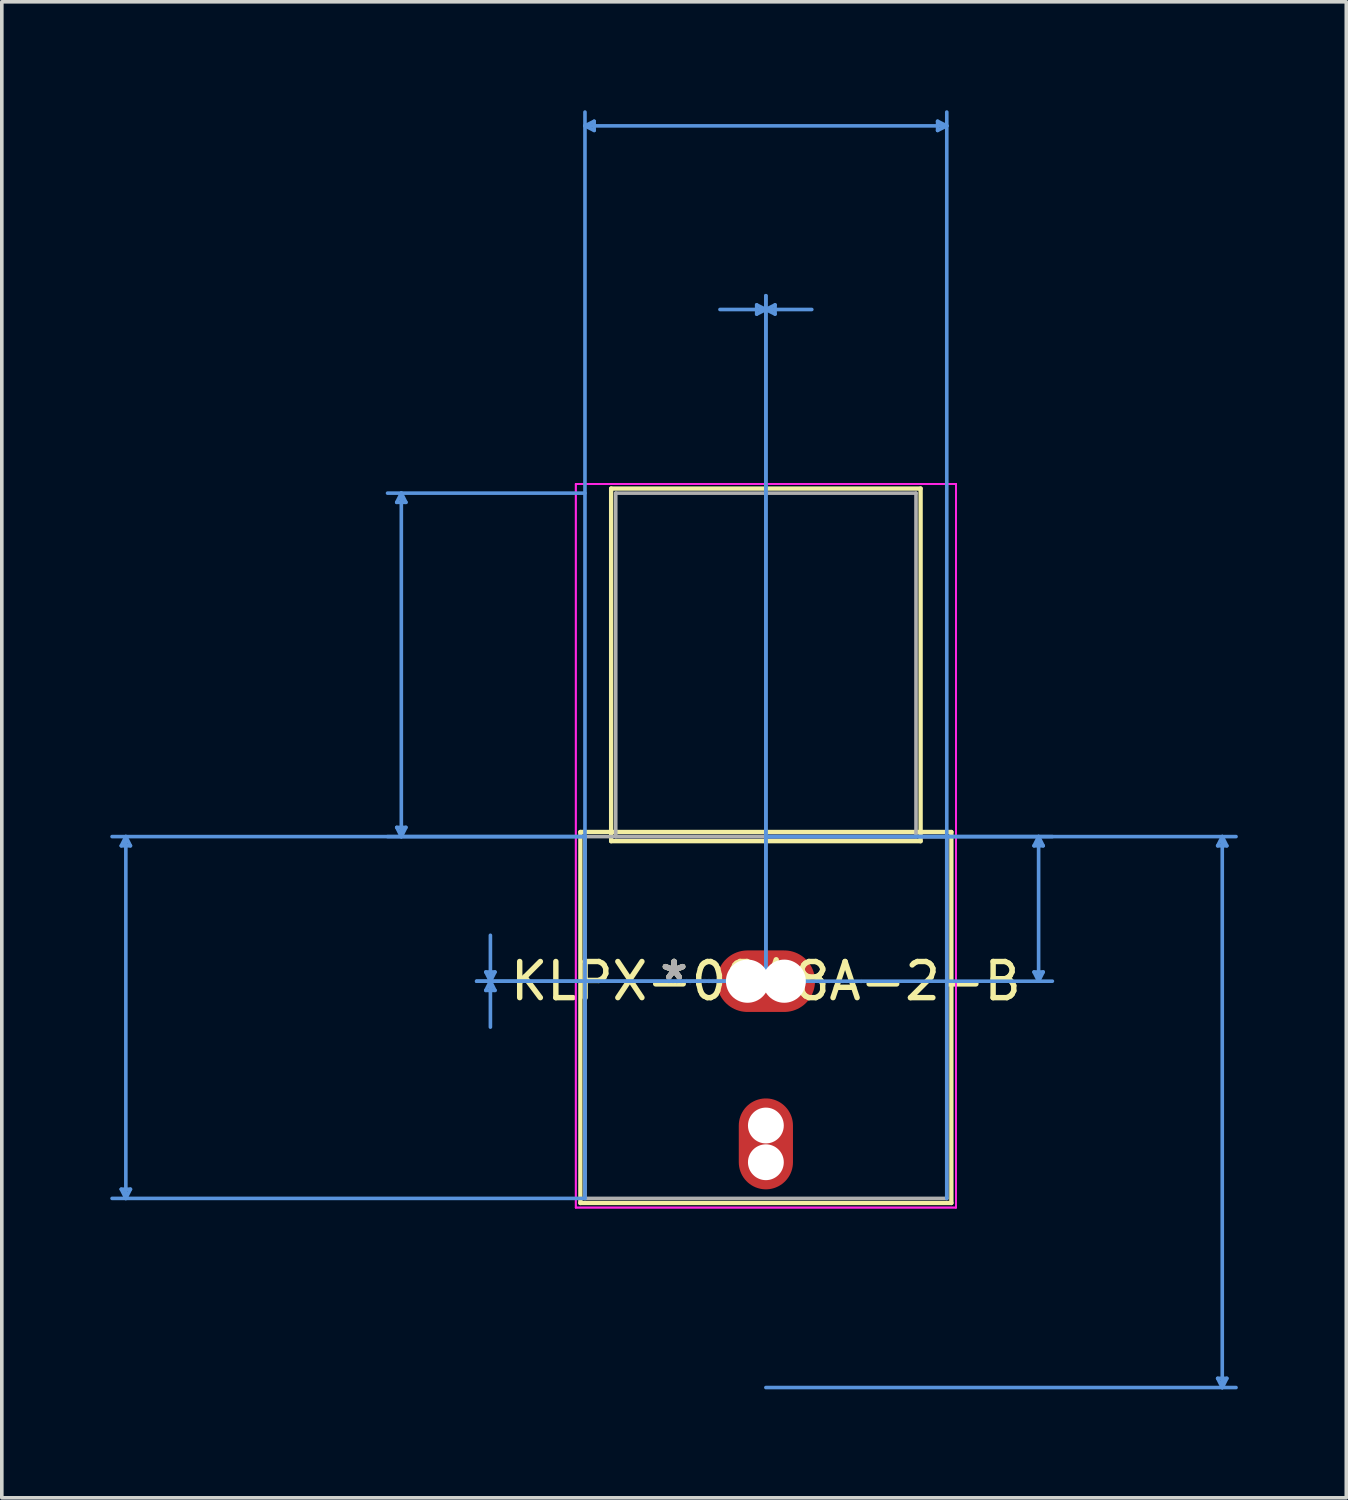
<source format=kicad_pcb>
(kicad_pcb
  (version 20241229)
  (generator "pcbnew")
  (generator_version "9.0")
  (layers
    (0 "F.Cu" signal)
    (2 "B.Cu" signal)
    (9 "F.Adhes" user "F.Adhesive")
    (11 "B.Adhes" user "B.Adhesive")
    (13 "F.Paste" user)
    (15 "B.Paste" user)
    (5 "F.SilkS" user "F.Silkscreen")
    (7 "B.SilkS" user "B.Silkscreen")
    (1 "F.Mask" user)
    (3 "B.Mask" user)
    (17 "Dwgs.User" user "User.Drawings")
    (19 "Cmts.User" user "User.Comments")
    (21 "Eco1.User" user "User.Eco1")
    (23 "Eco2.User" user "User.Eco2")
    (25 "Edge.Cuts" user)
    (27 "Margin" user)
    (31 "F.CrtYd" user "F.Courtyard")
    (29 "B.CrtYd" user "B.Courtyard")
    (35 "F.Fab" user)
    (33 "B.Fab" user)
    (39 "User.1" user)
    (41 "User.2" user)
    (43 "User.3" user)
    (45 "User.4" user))
  (footprint "KLPX-0848A-2-B"
    (layer "F.Cu")
    (at 18.135 24.091)
    (property "Reference" "KLPX-0848A-2-B" (at 0 0 0) (layer "F.SilkS") (effects (font (size 1 1) (thickness 0.15))))
    (attr through_hole)
    (fp_line (start -5.131 -4.127) (end -5.131 6.135) (stroke (width 0.12) (type solid)) (layer "F.SilkS"))
    (fp_line (start -5.131 6.135) (end 5.131 6.135) (stroke (width 0.12) (type solid)) (layer "F.SilkS"))
    (fp_line (start -4.28 -13.627) (end -4.28 -3.873) (stroke (width 0.12) (type solid)) (layer "F.SilkS"))
    (fp_line (start -4.28 -3.873) (end 4.28 -3.873) (stroke (width 0.12) (type solid)) (layer "F.SilkS"))
    (fp_line (start 4.28 -13.627) (end -4.28 -13.627) (stroke (width 0.12) (type solid)) (layer "F.SilkS"))
    (fp_line (start 4.28 -3.873) (end 4.28 -13.627) (stroke (width 0.12) (type solid)) (layer "F.SilkS"))
    (fp_line (start 5.131 -4.127) (end -5.131 -4.127) (stroke (width 0.12) (type solid)) (layer "F.SilkS"))
    (fp_line (start 5.131 6.135) (end 5.131 -4.127) (stroke (width 0.12) (type solid)) (layer "F.SilkS"))
    (fp_line (start -17.831 -3.746) (end -17.577 -3.746) (stroke (width 0.1) (type solid)) (layer "Cmts.User"))
    (fp_line (start -17.831 5.754) (end -17.577 5.754) (stroke (width 0.1) (type solid)) (layer "Cmts.User"))
    (fp_line (start -17.704 -4) (end -17.831 -3.746) (stroke (width 0.1) (type solid)) (layer "Cmts.User"))
    (fp_line (start -17.704 -4) (end -17.704 6.008) (stroke (width 0.1) (type solid)) (layer "Cmts.User"))
    (fp_line (start -17.704 -4) (end -17.577 -3.746) (stroke (width 0.1) (type solid)) (layer "Cmts.User"))
    (fp_line (start -17.704 6.008) (end -17.831 5.754) (stroke (width 0.1) (type solid)) (layer "Cmts.User"))
    (fp_line (start -17.704 6.008) (end -17.577 5.754) (stroke (width 0.1) (type solid)) (layer "Cmts.User"))
    (fp_line (start -10.211 -13.246) (end -9.957 -13.246) (stroke (width 0.1) (type solid)) (layer "Cmts.User"))
    (fp_line (start -10.211 -4.254) (end -9.957 -4.254) (stroke (width 0.1) (type solid)) (layer "Cmts.User"))
    (fp_line (start -10.084 -13.5) (end -10.211 -13.246) (stroke (width 0.1) (type solid)) (layer "Cmts.User"))
    (fp_line (start -10.084 -13.5) (end -10.084 -4) (stroke (width 0.1) (type solid)) (layer "Cmts.User"))
    (fp_line (start -10.084 -13.5) (end -9.957 -13.246) (stroke (width 0.1) (type solid)) (layer "Cmts.User"))
    (fp_line (start -10.084 -4) (end -10.211 -4.254) (stroke (width 0.1) (type solid)) (layer "Cmts.User"))
    (fp_line (start -10.084 -4) (end -9.957 -4.254) (stroke (width 0.1) (type solid)) (layer "Cmts.User"))
    (fp_line (start -7.747 -0.254) (end -7.493 -0.254) (stroke (width 0.1) (type solid)) (layer "Cmts.User"))
    (fp_line (start -7.747 0.254) (end -7.493 0.254) (stroke (width 0.1) (type solid)) (layer "Cmts.User"))
    (fp_line (start -7.62 0) (end -7.747 -0.254) (stroke (width 0.1) (type solid)) (layer "Cmts.User"))
    (fp_line (start -7.62 0) (end -7.747 0.254) (stroke (width 0.1) (type solid)) (layer "Cmts.User"))
    (fp_line (start -7.62 0) (end -7.62 -1.27) (stroke (width 0.1) (type solid)) (layer "Cmts.User"))
    (fp_line (start -7.62 0) (end -7.62 1.27) (stroke (width 0.1) (type solid)) (layer "Cmts.User"))
    (fp_line (start -7.62 0) (end -7.493 -0.254) (stroke (width 0.1) (type solid)) (layer "Cmts.User"))
    (fp_line (start -7.62 0) (end -7.493 0.254) (stroke (width 0.1) (type solid)) (layer "Cmts.User"))
    (fp_line (start -5.004 -23.66) (end -4.75 -23.787) (stroke (width 0.1) (type solid)) (layer "Cmts.User"))
    (fp_line (start -5.004 -23.66) (end -4.75 -23.533) (stroke (width 0.1) (type solid)) (layer "Cmts.User"))
    (fp_line (start -5.004 -23.66) (end 5.004 -23.66) (stroke (width 0.1) (type solid)) (layer "Cmts.User"))
    (fp_line (start -5.004 -13.5) (end -10.465 -13.5) (stroke (width 0.1) (type solid)) (layer "Cmts.User"))
    (fp_line (start -5.004 -4) (end -18.085 -4) (stroke (width 0.1) (type solid)) (layer "Cmts.User"))
    (fp_line (start -5.004 -4) (end -10.465 -4) (stroke (width 0.1) (type solid)) (layer "Cmts.User"))
    (fp_line (start -5.004 6.008) (end -18.085 6.008) (stroke (width 0.1) (type solid)) (layer "Cmts.User"))
    (fp_line (start -5.004 6.008) (end -5.004 -24.041) (stroke (width 0.1) (type solid)) (layer "Cmts.User"))
    (fp_line (start -4.75 -23.787) (end -4.75 -23.533) (stroke (width 0.1) (type solid)) (layer "Cmts.User"))
    (fp_line (start -0.254 -18.707) (end -0.254 -18.453) (stroke (width 0.1) (type solid)) (layer "Cmts.User"))
    (fp_line (start 0 -18.58) (end -1.27 -18.58) (stroke (width 0.1) (type solid)) (layer "Cmts.User"))
    (fp_line (start 0 -18.58) (end -0.254 -18.707) (stroke (width 0.1) (type solid)) (layer "Cmts.User"))
    (fp_line (start 0 -18.58) (end -0.254 -18.453) (stroke (width 0.1) (type solid)) (layer "Cmts.User"))
    (fp_line (start 0 -18.58) (end 0.254 -18.707) (stroke (width 0.1) (type solid)) (layer "Cmts.User"))
    (fp_line (start 0 -18.58) (end 0.254 -18.453) (stroke (width 0.1) (type solid)) (layer "Cmts.User"))
    (fp_line (start 0 -18.58) (end 1.27 -18.58) (stroke (width 0.1) (type solid)) (layer "Cmts.User"))
    (fp_line (start 0 -4) (end 7.925 -4) (stroke (width 0.1) (type solid)) (layer "Cmts.User"))
    (fp_line (start 0 -4) (end 13.005 -4) (stroke (width 0.1) (type solid)) (layer "Cmts.User"))
    (fp_line (start 0 0) (end -8.001 0) (stroke (width 0.1) (type solid)) (layer "Cmts.User"))
    (fp_line (start 0 0) (end -8.001 0) (stroke (width 0.1) (type solid)) (layer "Cmts.User"))
    (fp_line (start 0 0) (end 0 -18.961) (stroke (width 0.1) (type solid)) (layer "Cmts.User"))
    (fp_line (start 0 0) (end 0 -18.961) (stroke (width 0.1) (type solid)) (layer "Cmts.User"))
    (fp_line (start 0 0) (end 7.925 0) (stroke (width 0.1) (type solid)) (layer "Cmts.User"))
    (fp_line (start 0 11.24) (end 13.005 11.24) (stroke (width 0.1) (type solid)) (layer "Cmts.User"))
    (fp_line (start 0.254 -18.707) (end 0.254 -18.453) (stroke (width 0.1) (type solid)) (layer "Cmts.User"))
    (fp_line (start 4.75 -23.787) (end 4.75 -23.533) (stroke (width 0.1) (type solid)) (layer "Cmts.User"))
    (fp_line (start 5.004 -23.66) (end 4.75 -23.787) (stroke (width 0.1) (type solid)) (layer "Cmts.User"))
    (fp_line (start 5.004 -23.66) (end 4.75 -23.533) (stroke (width 0.1) (type solid)) (layer "Cmts.User"))
    (fp_line (start 5.004 6.008) (end 5.004 -24.041) (stroke (width 0.1) (type solid)) (layer "Cmts.User"))
    (fp_line (start 7.417 -3.746) (end 7.671 -3.746) (stroke (width 0.1) (type solid)) (layer "Cmts.User"))
    (fp_line (start 7.417 -0.254) (end 7.671 -0.254) (stroke (width 0.1) (type solid)) (layer "Cmts.User"))
    (fp_line (start 7.544 -4) (end 7.417 -3.746) (stroke (width 0.1) (type solid)) (layer "Cmts.User"))
    (fp_line (start 7.544 -4) (end 7.544 0) (stroke (width 0.1) (type solid)) (layer "Cmts.User"))
    (fp_line (start 7.544 -4) (end 7.671 -3.746) (stroke (width 0.1) (type solid)) (layer "Cmts.User"))
    (fp_line (start 7.544 0) (end 7.417 -0.254) (stroke (width 0.1) (type solid)) (layer "Cmts.User"))
    (fp_line (start 7.544 0) (end 7.671 -0.254) (stroke (width 0.1) (type solid)) (layer "Cmts.User"))
    (fp_line (start 12.497 -3.746) (end 12.751 -3.746) (stroke (width 0.1) (type solid)) (layer "Cmts.User"))
    (fp_line (start 12.497 10.986) (end 12.751 10.986) (stroke (width 0.1) (type solid)) (layer "Cmts.User"))
    (fp_line (start 12.624 -4) (end 12.497 -3.746) (stroke (width 0.1) (type solid)) (layer "Cmts.User"))
    (fp_line (start 12.624 -4) (end 12.624 11.24) (stroke (width 0.1) (type solid)) (layer "Cmts.User"))
    (fp_line (start 12.624 -4) (end 12.751 -3.746) (stroke (width 0.1) (type solid)) (layer "Cmts.User"))
    (fp_line (start 12.624 11.24) (end 12.497 10.986) (stroke (width 0.1) (type solid)) (layer "Cmts.User"))
    (fp_line (start 12.624 11.24) (end 12.751 10.986) (stroke (width 0.1) (type solid)) (layer "Cmts.User"))
    (fp_line (start -5.258 -13.754) (end -5.258 6.262) (stroke (width 0.05) (type solid)) (layer "F.CrtYd"))
    (fp_line (start -5.258 -13.754) (end -5.258 6.262) (stroke (width 0.05) (type solid)) (layer "F.CrtYd"))
    (fp_line (start -5.258 6.262) (end 5.258 6.262) (stroke (width 0.05) (type solid)) (layer "F.CrtYd"))
    (fp_line (start -5.258 6.262) (end 5.258 6.262) (stroke (width 0.05) (type solid)) (layer "F.CrtYd"))
    (fp_line (start 5.258 -13.754) (end -5.258 -13.754) (stroke (width 0.05) (type solid)) (layer "F.CrtYd"))
    (fp_line (start 5.258 -13.754) (end -5.258 -13.754) (stroke (width 0.05) (type solid)) (layer "F.CrtYd"))
    (fp_line (start 5.258 6.262) (end 5.258 -13.754) (stroke (width 0.05) (type solid)) (layer "F.CrtYd"))
    (fp_line (start 5.258 6.262) (end 5.258 -13.754) (stroke (width 0.05) (type solid)) (layer "F.CrtYd"))
    (fp_line (start -5.004 -4) (end -5.004 6.008) (stroke (width 0.1) (type solid)) (layer "F.Fab"))
    (fp_line (start -5.004 6.008) (end 5.004 6.008) (stroke (width 0.1) (type solid)) (layer "F.Fab"))
    (fp_line (start -4.153 -13.5) (end -4.153 -4) (stroke (width 0.1) (type solid)) (layer "F.Fab"))
    (fp_line (start -4.153 -4) (end 4.153 -4) (stroke (width 0.1) (type solid)) (layer "F.Fab"))
    (fp_line (start 4.153 -13.5) (end -4.153 -13.5) (stroke (width 0.1) (type solid)) (layer "F.Fab"))
    (fp_line (start 4.153 -4) (end 4.153 -13.5) (stroke (width 0.1) (type solid)) (layer "F.Fab"))
    (fp_line (start 5.004 -4) (end -5.004 -4) (stroke (width 0.1) (type solid)) (layer "F.Fab"))
    (fp_line (start 5.004 6.008) (end 5.004 -4) (stroke (width 0.1) (type solid)) (layer "F.Fab"))
    (fp_text user "*" (at -2.54 0 0) (layer "F.SilkS") (effects (font (size 1 1) (thickness 0.15))))
    (fp_text user "*" (at -2.54 0 0) (layer "F.SilkS") (effects (font (size 1 1) (thickness 0.15))))
    (fp_text user "Copyright 2021 Accelerated Designs. All rights reserved." (at 0 0 0) (layer "Cmts.User") (effects (font (size 0.127 0.127) (thickness 0.002))))
    (fp_text user "*" (at -2.54 0 0) (layer "F.Fab") (effects (font (size 1 1) (thickness 0.15))))
    (fp_text user "*" (at -2.54 0 0) (layer "F.Fab") (effects (font (size 1 1) (thickness 0.15))))
    (pad "" np_thru_hole circle (at -0.508 0) (size 1.194 1.194) (drill 1.194) (layers "*.Cu" "*.Mask"))
    (pad "" np_thru_hole circle (at 0 3.992) (size 0.991 0.991) (drill 0.991) (layers "*.Cu" "*.Mask"))
    (pad "" np_thru_hole circle (at 0 5.008) (size 0.991 0.991) (drill 0.991) (layers "*.Cu" "*.Mask"))
    (pad "" np_thru_hole circle (at 0.508 0) (size 1.194 1.194) (drill 1.194) (layers "*.Cu" "*.Mask"))
    (pad "1" smd oval (at 0 0) (size 2.718 1.702) (layers "F.Cu" "F.Mask" "F.Paste"))
    (pad "2" smd oval (at 0 4.5) (size 1.499 2.515) (layers "F.Cu" "F.Mask" "F.Paste")))
  (gr_rect
    (start -3 -3)
    (end 34.19 38.381)
    (stroke (width 0.1) (type default))
    (fill no)
    (layer "Edge.Cuts")))
</source>
